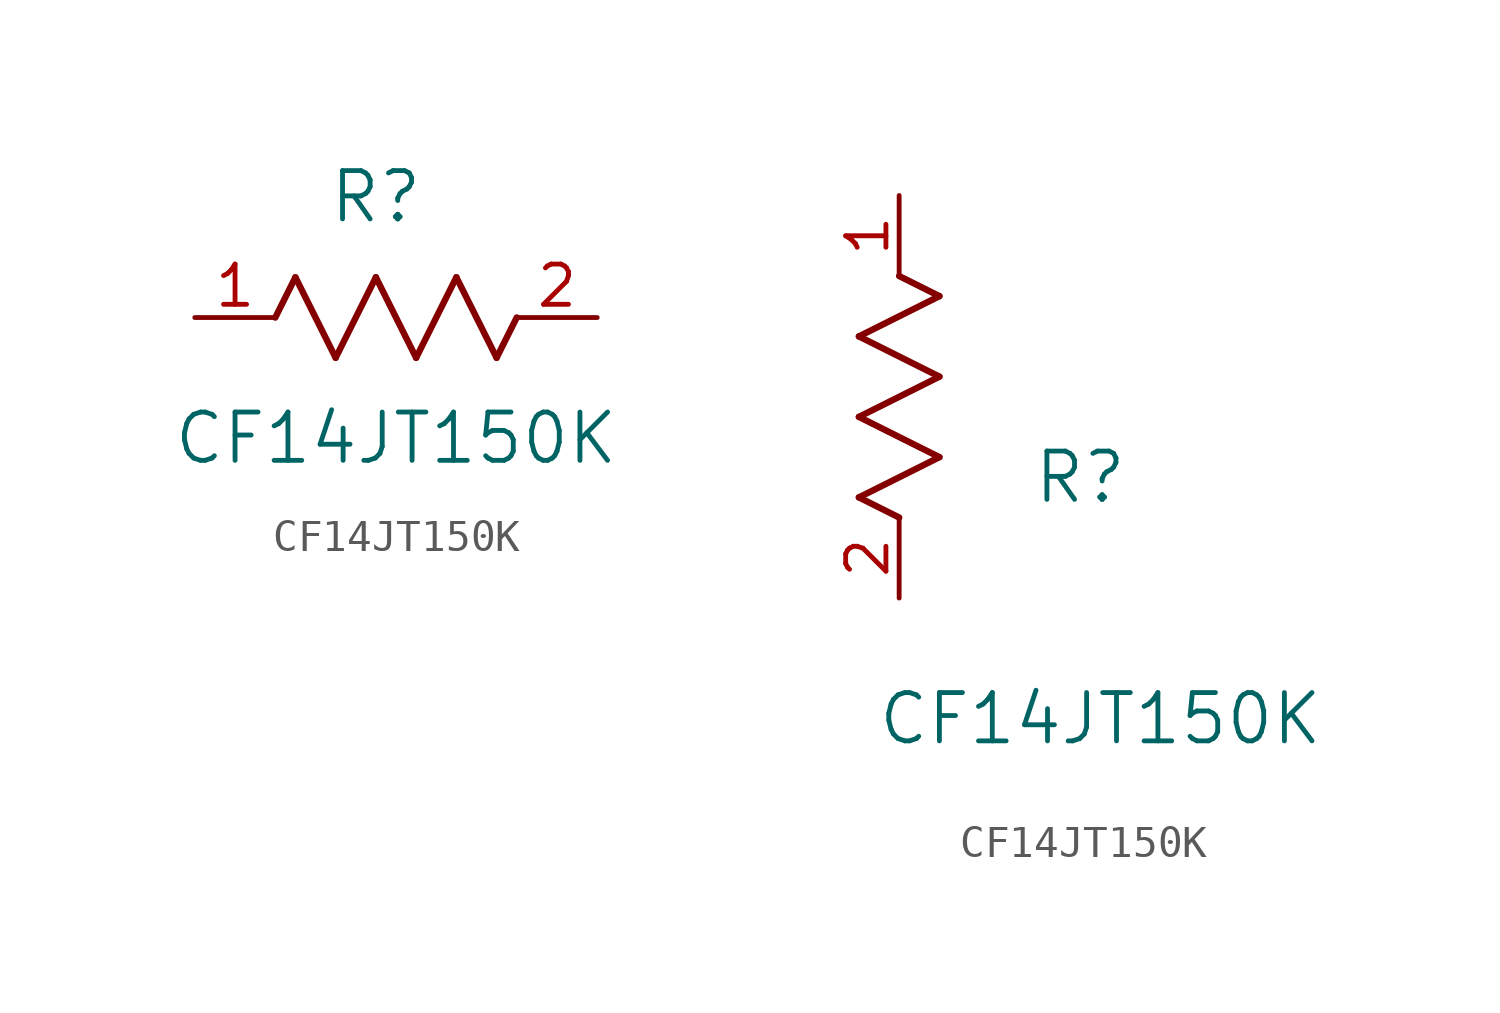
<source format=kicad_sym>
(kicad_symbol_lib
  (version 20211014)
  (generator kicad_symbol_editor)
  (symbol "CF14JT150K"
    (pin_names
      (offset 0.254))
    (property "Reference" "R"
      (at 5.715 3.81 0)
      (effects (font (size 1.524 1.524))))
    (property "Value" "CF14JT150K"
      (at 6.35 -3.81 0)
      (effects (font (size 1.524 1.524))))
    (symbol "CF14JT150K_1_1"
      (polyline (pts (xy 3.175 1.27) (xy 4.445 -1.27)) (stroke (width 0.203) (type default) (color 0 0 0 0)) (fill (type none)))
      (polyline (pts (xy 4.445 -1.27) (xy 5.715 1.27)) (stroke (width 0.203) (type default) (color 0 0 0 0)) (fill (type none)))
      (polyline (pts (xy 5.715 1.27) (xy 6.985 -1.27)) (stroke (width 0.203) (type default) (color 0 0 0 0)) (fill (type none)))
      (polyline (pts (xy 6.985 -1.27) (xy 8.255 1.27)) (stroke (width 0.203) (type default) (color 0 0 0 0)) (fill (type none)))
      (polyline (pts (xy 8.255 1.27) (xy 9.525 -1.27)) (stroke (width 0.203) (type default) (color 0 0 0 0)) (fill (type none)))
      (polyline (pts (xy 2.54 0) (xy 3.175 1.27)) (stroke (width 0.203) (type default) (color 0 0 0 0)) (fill (type none)))
      (polyline (pts (xy 9.525 -1.27) (xy 10.16 0)) (stroke (width 0.203) (type default) (color 0 0 0 0)) (fill (type none)))
      (pin unspecified line (at 0 0 0) (length 2.54) (name "" (effects (font (size 1.27 1.27)))) (number "1" (effects (font (size 1.27 1.27)))))
      (pin unspecified line (at 12.7 0 180) (length 2.54) (name "" (effects (font (size 1.27 1.27)))) (number "2" (effects (font (size 1.27 1.27))))))
    (symbol "CF14JT150K_1_2"
      (polyline (pts (xy 0 2.54) (xy -1.27 3.175)) (stroke (width 0.203) (type default) (color 0 0 0 0)) (fill (type none)))
      (polyline (pts (xy -1.27 3.175) (xy 1.27 4.445)) (stroke (width 0.203) (type default) (color 0 0 0 0)) (fill (type none)))
      (polyline (pts (xy 1.27 4.445) (xy -1.27 5.715)) (stroke (width 0.203) (type default) (color 0 0 0 0)) (fill (type none)))
      (polyline (pts (xy -1.27 5.715) (xy 1.27 6.985)) (stroke (width 0.203) (type default) (color 0 0 0 0)) (fill (type none)))
      (polyline (pts (xy -1.27 8.255) (xy 1.27 9.525)) (stroke (width 0.203) (type default) (color 0 0 0 0)) (fill (type none)))
      (polyline (pts (xy 1.27 9.525) (xy 0 10.16)) (stroke (width 0.203) (type default) (color 0 0 0 0)) (fill (type none)))
      (polyline (pts (xy 1.27 6.985) (xy -1.27 8.255)) (stroke (width 0.203) (type default) (color 0 0 0 0)) (fill (type none)))
      (pin unspecified line (at 0 12.7 270) (length 2.54) (name "" (effects (font (size 1.27 1.27)))) (number "1" (effects (font (size 1.27 1.27)))))
      (pin unspecified line (at 0 0 90) (length 2.54) (name "" (effects (font (size 1.27 1.27)))) (number "2" (effects (font (size 1.27 1.27))))))))
</source>
